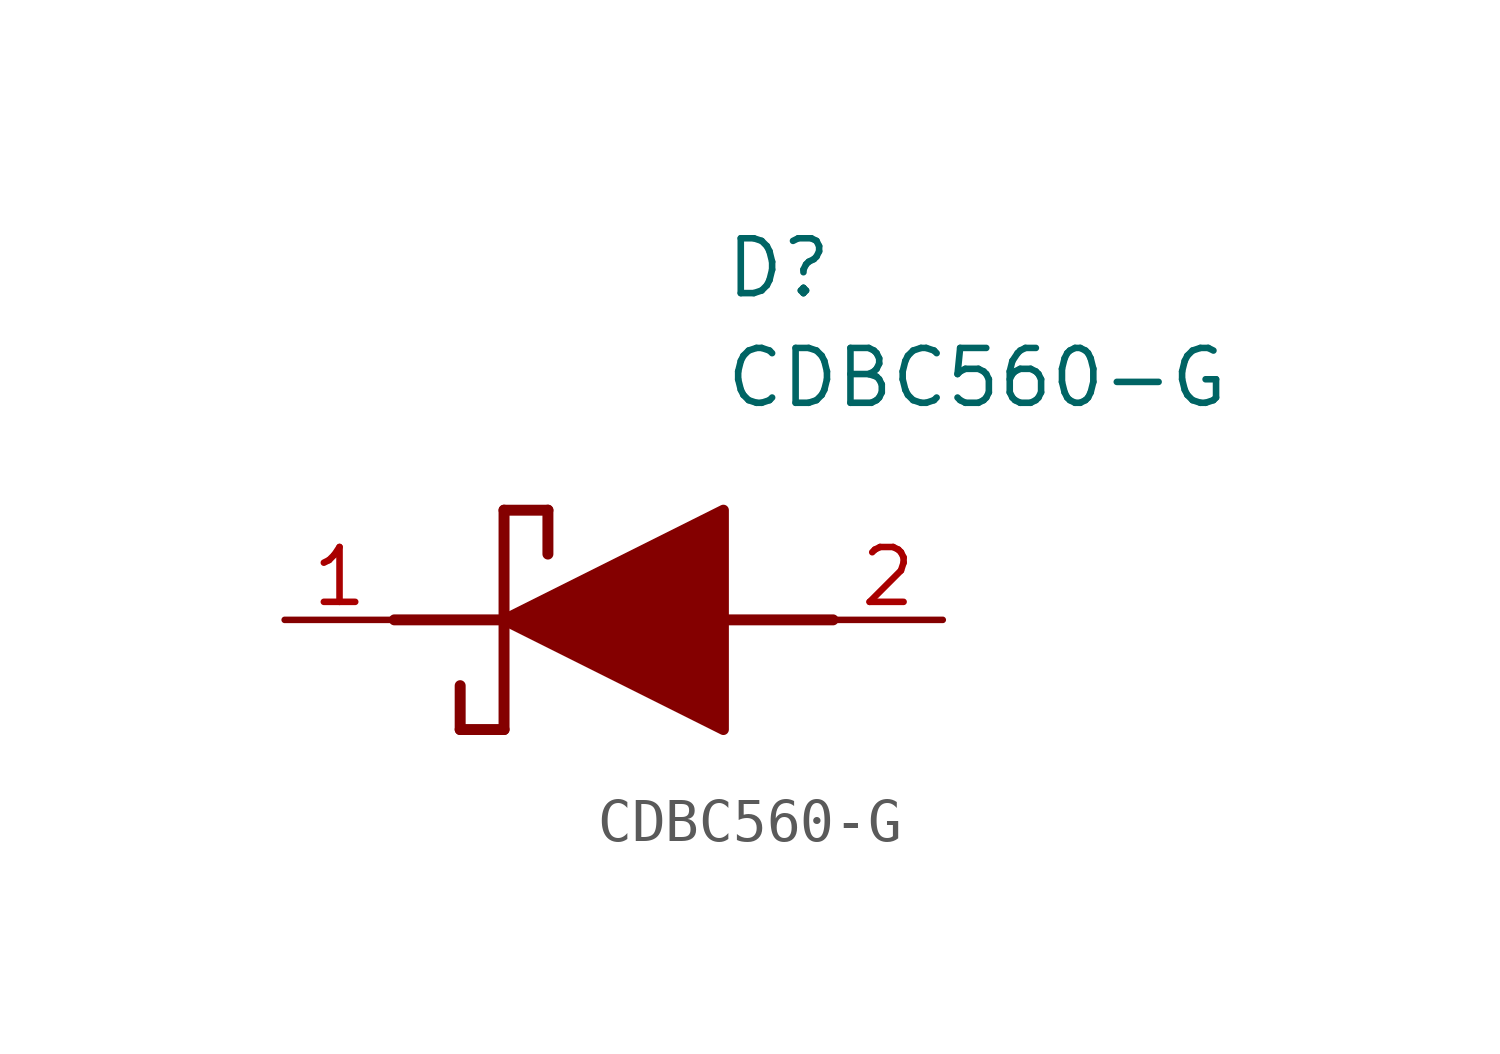
<source format=kicad_sym>
(kicad_symbol_lib
  (version 20211014)
  (generator SamacSys_ECAD_Model)
  (symbol "CDBC560-G"
    (pin_names hide)
    (property "Reference" "D"
      (at 12.7 8.89 0)
      (effects (font (size 1.27 1.27)) (justify left top)))
    (property "Value" "CDBC560-G"
      (at 12.7 6.35 0)
      (effects (font (size 1.27 1.27)) (justify left top)))
    (polyline
      (pts (xy 7.62 2.54) (xy 7.62 -2.54))
      (stroke (width 0.254) (type default))
      (fill (type none)))
    (polyline
      (pts (xy 7.62 2.54) (xy 8.636 2.54))
      (stroke (width 0.254) (type default))
      (fill (type none)))
    (polyline
      (pts (xy 8.636 1.524) (xy 8.636 2.54))
      (stroke (width 0.254) (type default))
      (fill (type none)))
    (polyline
      (pts (xy 7.62 -2.54) (xy 6.604 -2.54))
      (stroke (width 0.254) (type default))
      (fill (type none)))
    (polyline
      (pts (xy 6.604 -1.524) (xy 6.604 -2.54))
      (stroke (width 0.254) (type default))
      (fill (type none)))
    (polyline
      (pts (xy 5.08 0) (xy 7.62 0))
      (stroke (width 0.254) (type default))
      (fill (type none)))
    (polyline
      (pts (xy 12.7 0) (xy 15.24 0))
      (stroke (width 0.254) (type default))
      (fill (type none)))
    (polyline
      (pts (xy 7.62 0) (xy 12.7 2.54) (xy 12.7 -2.54) (xy 7.62 0))
      (stroke (width 0.254) (type default))
      (fill (type outline)))
    (pin passive line
      (at 2.54 0 0)
      (length 2.54)
      (name "K" (effects (font (size 1.27 1.27))))
      (number "1" (effects (font (size 1.27 1.27)))))
    (pin passive line
      (at 17.78 0 180)
      (length 2.54)
      (name "A" (effects (font (size 1.27 1.27))))
      (number "2" (effects (font (size 1.27 1.27)))))))
</source>
